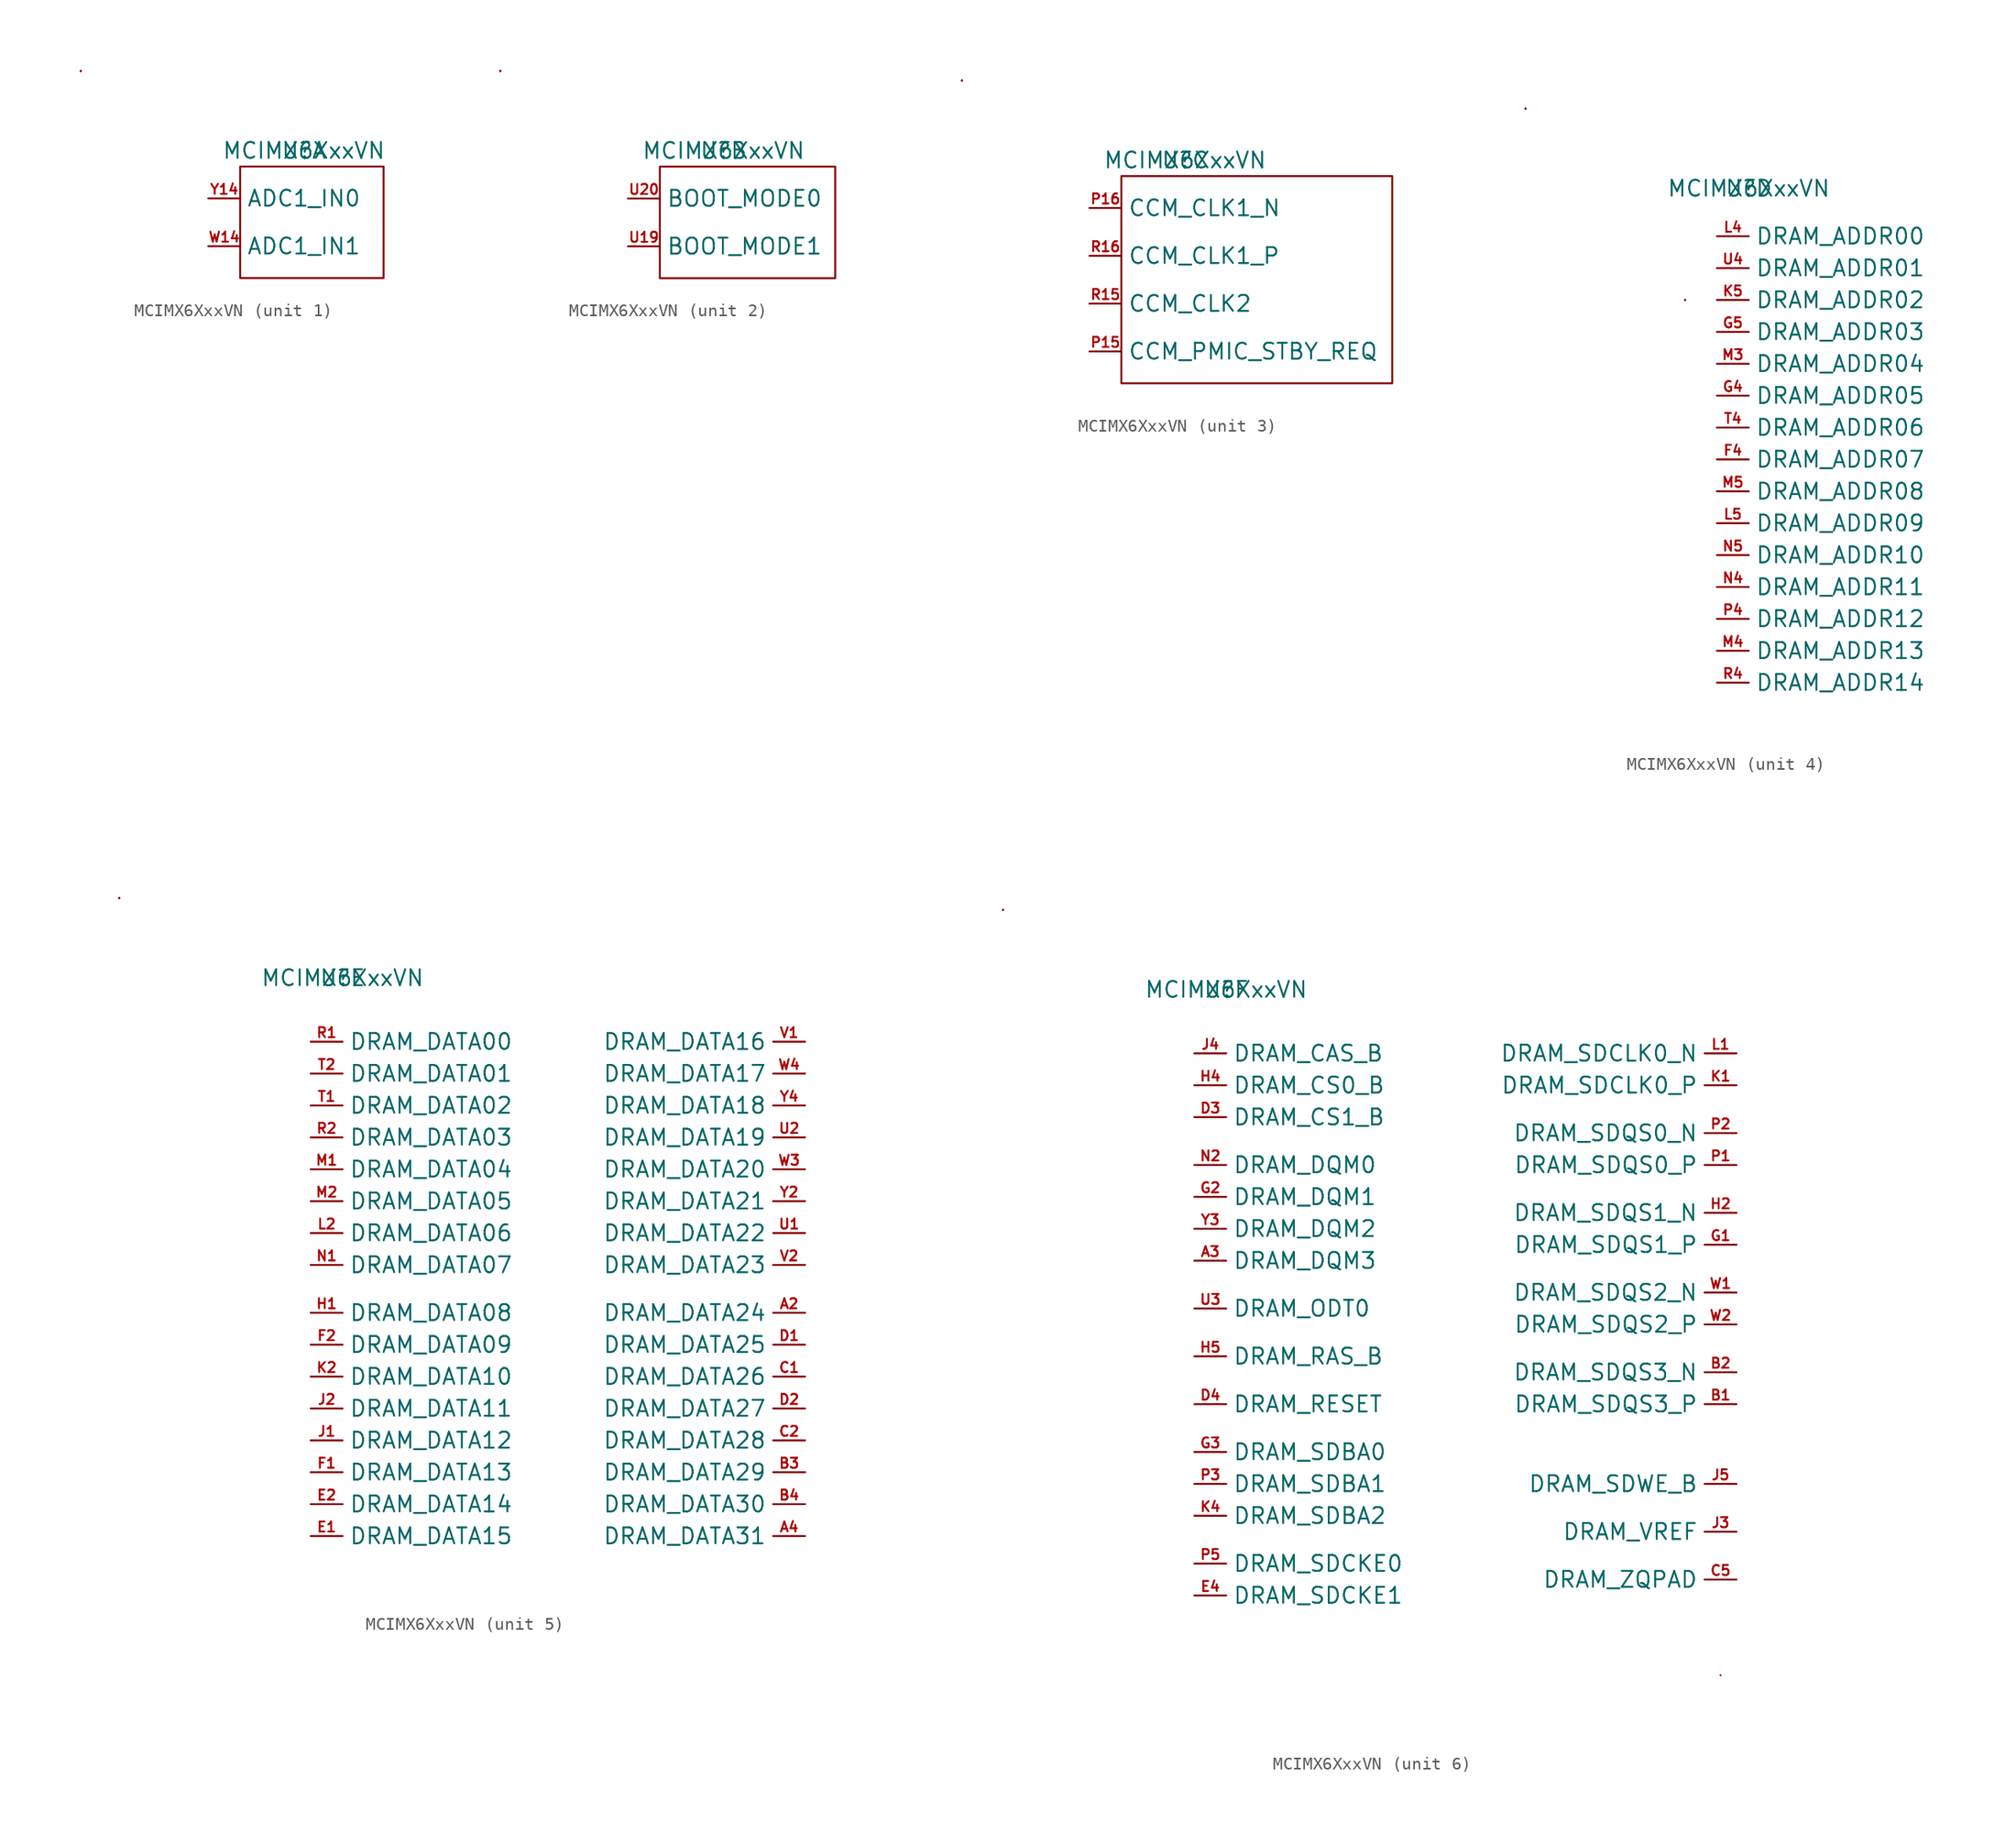
<source format=kicad_sym>
(kicad_symbol_lib
  (version 20211014)
  (generator kicad_symbol_editor)
  (symbol "MCIMX6XxxVN"
    (property "Reference" "U"
      (at 0 0 0)
      (effects (font (size 1.27 1.27))))
    (property "Value" "MCIMX6XxxVN"
      (at 0 0 0)
      (effects (font (size 1.27 1.27))))
    (property "ki_locked" ""
      (at 0 0 0)
      (effects (font (size 1.27 1.27))))
    (symbol "MCIMX6XxxVN_0_1"
      (rectangle (start -17.78 6.35) (end -17.78 6.35) (stroke (width 0) (type default) (color 0 0 0 0)) (fill (type none)))
      (arc (start -17.78 6.35) (mid -17.78 6.35) (end -17.78 6.35) (stroke (width 0) (type default) (color 0 0 0 0)) (fill (type none)))
      (polyline (pts (xy -17.78 6.35) (xy -17.78 6.35)) (stroke (width 0) (type default) (color 0 0 0 0)) (fill (type none)))
      (polyline (pts (xy -17.78 6.35) (xy -17.78 6.35)) (stroke (width 0) (type default) (color 0 0 0 0)) (fill (type none))))
    (symbol "MCIMX6XxxVN_1_1"
      (rectangle (start -5.08 -10.16) (end 6.35 -1.27) (stroke (width 0) (type default) (color 0 0 0 0)) (fill (type none)))
      (pin input line (at -7.62 -7.62 0) (length 2.54) (name "ADC1_IN1" (effects (font (size 1.27 1.27)))) (number "W14" (effects (font (size 0.8 0.8)))))
      (pin input line (at -7.62 -3.81 0) (length 2.54) (name "ADC1_IN0" (effects (font (size 1.27 1.27)))) (number "Y14" (effects (font (size 0.8 0.8))))))
    (symbol "MCIMX6XxxVN_2_1"
      (rectangle (start -5.08 -10.16) (end 8.89 -1.27) (stroke (width 0) (type default) (color 0 0 0 0)) (fill (type none)))
      (pin input line (at -7.62 -7.62 0) (length 2.54) (name "BOOT_MODE1" (effects (font (size 1.27 1.27)))) (number "U19" (effects (font (size 0.8 0.8)))))
      (pin input line (at -7.62 -3.81 0) (length 2.54) (name "BOOT_MODE0" (effects (font (size 1.27 1.27)))) (number "U20" (effects (font (size 0.8 0.8))))))
    (symbol "MCIMX6XxxVN_3_1"
      (rectangle (start -5.08 -17.78) (end 16.51 -1.27) (stroke (width 0) (type default) (color 0 0 0 0)) (fill (type none)))
      (pin input line (at -7.62 -15.24 0) (length 2.54) (name "CCM_PMIC_STBY_REQ" (effects (font (size 1.27 1.27)))) (number "P15" (effects (font (size 0.8 0.8)))))
      (pin input line (at -7.62 -3.81 0) (length 2.54) (name "CCM_CLK1_N" (effects (font (size 1.27 1.27)))) (number "P16" (effects (font (size 0.8 0.8)))))
      (pin input line (at -7.62 -11.43 0) (length 2.54) (name "CCM_CLK2" (effects (font (size 1.27 1.27)))) (number "R15" (effects (font (size 0.8 0.8)))))
      (pin input line (at -7.62 -7.62 0) (length 2.54) (name "CCM_CLK1_P" (effects (font (size 1.27 1.27)))) (number "R16" (effects (font (size 0.8 0.8))))))
    (symbol "MCIMX6XxxVN_4_1"
      (rectangle (start -5.08 -8.89) (end -5.08 -8.89) (stroke (width 0) (type default) (color 0 0 0 0)) (fill (type none)))
      (rectangle (start -5.08 -8.89) (end -5.08 -8.89) (stroke (width 0) (type default) (color 0 0 0 0)) (fill (type none)))
      (rectangle (start -5.08 -8.89) (end -5.08 -8.89) (stroke (width 0) (type default) (color 0 0 0 0)) (fill (type none)))
      (pin input line (at -2.54 -21.59 0) (length 2.54) (name "DRAM_ADDR07" (effects (font (size 1.27 1.27)))) (number "F4" (effects (font (size 0.8 0.8)))))
      (pin input line (at -2.54 -16.51 0) (length 2.54) (name "DRAM_ADDR05" (effects (font (size 1.27 1.27)))) (number "G4" (effects (font (size 0.8 0.8)))))
      (pin input line (at -2.54 -11.43 0) (length 2.54) (name "DRAM_ADDR03" (effects (font (size 1.27 1.27)))) (number "G5" (effects (font (size 0.8 0.8)))))
      (pin input line (at -2.54 -8.89 0) (length 2.54) (name "DRAM_ADDR02" (effects (font (size 1.27 1.27)))) (number "K5" (effects (font (size 0.8 0.8)))))
      (pin input line (at -2.54 -3.81 0) (length 2.54) (name "DRAM_ADDR00" (effects (font (size 1.27 1.27)))) (number "L4" (effects (font (size 0.8 0.8)))))
      (pin input line (at -2.54 -26.67 0) (length 2.54) (name "DRAM_ADDR09" (effects (font (size 1.27 1.27)))) (number "L5" (effects (font (size 0.8 0.8)))))
      (pin input line (at -2.54 -13.97 0) (length 2.54) (name "DRAM_ADDR04" (effects (font (size 1.27 1.27)))) (number "M3" (effects (font (size 0.8 0.8)))))
      (pin input line (at -2.54 -36.83 0) (length 2.54) (name "DRAM_ADDR13" (effects (font (size 1.27 1.27)))) (number "M4" (effects (font (size 0.8 0.8)))))
      (pin input line (at -2.54 -24.13 0) (length 2.54) (name "DRAM_ADDR08" (effects (font (size 1.27 1.27)))) (number "M5" (effects (font (size 0.8 0.8)))))
      (pin input line (at -2.54 -31.75 0) (length 2.54) (name "DRAM_ADDR11" (effects (font (size 1.27 1.27)))) (number "N4" (effects (font (size 0.8 0.8)))))
      (pin input line (at -2.54 -29.21 0) (length 2.54) (name "DRAM_ADDR10" (effects (font (size 1.27 1.27)))) (number "N5" (effects (font (size 0.8 0.8)))))
      (pin input line (at -2.54 -34.29 0) (length 2.54) (name "DRAM_ADDR12" (effects (font (size 1.27 1.27)))) (number "P4" (effects (font (size 0.8 0.8)))))
      (pin input line (at -2.54 -39.37 0) (length 2.54) (name "DRAM_ADDR14" (effects (font (size 1.27 1.27)))) (number "R4" (effects (font (size 0.8 0.8)))))
      (pin input line (at -2.54 -19.05 0) (length 2.54) (name "DRAM_ADDR06" (effects (font (size 1.27 1.27)))) (number "T4" (effects (font (size 0.8 0.8)))))
      (pin input line (at -2.54 -6.35 0) (length 2.54) (name "DRAM_ADDR01" (effects (font (size 1.27 1.27)))) (number "U4" (effects (font (size 0.8 0.8))))))
    (symbol "MCIMX6XxxVN_5_1"
      (pin input line (at 36.83 -26.67 180) (length 2.54) (name "DRAM_DATA24" (effects (font (size 1.27 1.27)))) (number "A2" (effects (font (size 0.8 0.8)))))
      (pin input line (at 36.83 -44.45 180) (length 2.54) (name "DRAM_DATA31" (effects (font (size 1.27 1.27)))) (number "A4" (effects (font (size 0.8 0.8)))))
      (pin input line (at 36.83 -39.37 180) (length 2.54) (name "DRAM_DATA29" (effects (font (size 1.27 1.27)))) (number "B3" (effects (font (size 0.8 0.8)))))
      (pin input line (at 36.83 -41.91 180) (length 2.54) (name "DRAM_DATA30" (effects (font (size 1.27 1.27)))) (number "B4" (effects (font (size 0.8 0.8)))))
      (pin input line (at 36.83 -31.75 180) (length 2.54) (name "DRAM_DATA26" (effects (font (size 1.27 1.27)))) (number "C1" (effects (font (size 0.8 0.8)))))
      (pin input line (at 36.83 -36.83 180) (length 2.54) (name "DRAM_DATA28" (effects (font (size 1.27 1.27)))) (number "C2" (effects (font (size 0.8 0.8)))))
      (pin input line (at 36.83 -29.21 180) (length 2.54) (name "DRAM_DATA25" (effects (font (size 1.27 1.27)))) (number "D1" (effects (font (size 0.8 0.8)))))
      (pin input line (at 36.83 -34.29 180) (length 2.54) (name "DRAM_DATA27" (effects (font (size 1.27 1.27)))) (number "D2" (effects (font (size 0.8 0.8)))))
      (pin input line (at -2.54 -44.45 0) (length 2.54) (name "DRAM_DATA15" (effects (font (size 1.27 1.27)))) (number "E1" (effects (font (size 0.8 0.8)))))
      (pin input line (at -2.54 -41.91 0) (length 2.54) (name "DRAM_DATA14" (effects (font (size 1.27 1.27)))) (number "E2" (effects (font (size 0.8 0.8)))))
      (pin input line (at -2.54 -39.37 0) (length 2.54) (name "DRAM_DATA13" (effects (font (size 1.27 1.27)))) (number "F1" (effects (font (size 0.8 0.8)))))
      (pin input line (at -2.54 -29.21 0) (length 2.54) (name "DRAM_DATA09" (effects (font (size 1.27 1.27)))) (number "F2" (effects (font (size 0.8 0.8)))))
      (pin input line (at -2.54 -26.67 0) (length 2.54) (name "DRAM_DATA08" (effects (font (size 1.27 1.27)))) (number "H1" (effects (font (size 0.8 0.8)))))
      (pin input line (at -2.54 -36.83 0) (length 2.54) (name "DRAM_DATA12" (effects (font (size 1.27 1.27)))) (number "J1" (effects (font (size 0.8 0.8)))))
      (pin input line (at -2.54 -34.29 0) (length 2.54) (name "DRAM_DATA11" (effects (font (size 1.27 1.27)))) (number "J2" (effects (font (size 0.8 0.8)))))
      (pin input line (at -2.54 -31.75 0) (length 2.54) (name "DRAM_DATA10" (effects (font (size 1.27 1.27)))) (number "K2" (effects (font (size 0.8 0.8)))))
      (pin input line (at -2.54 -20.32 0) (length 2.54) (name "DRAM_DATA06" (effects (font (size 1.27 1.27)))) (number "L2" (effects (font (size 0.8 0.8)))))
      (pin input line (at -2.54 -15.24 0) (length 2.54) (name "DRAM_DATA04" (effects (font (size 1.27 1.27)))) (number "M1" (effects (font (size 0.8 0.8)))))
      (pin input line (at -2.54 -17.78 0) (length 2.54) (name "DRAM_DATA05" (effects (font (size 1.27 1.27)))) (number "M2" (effects (font (size 0.8 0.8)))))
      (pin input line (at -2.54 -22.86 0) (length 2.54) (name "DRAM_DATA07" (effects (font (size 1.27 1.27)))) (number "N1" (effects (font (size 0.8 0.8)))))
      (pin input line (at -2.54 -5.08 0) (length 2.54) (name "DRAM_DATA00" (effects (font (size 1.27 1.27)))) (number "R1" (effects (font (size 0.8 0.8)))))
      (pin input line (at -2.54 -12.7 0) (length 2.54) (name "DRAM_DATA03" (effects (font (size 1.27 1.27)))) (number "R2" (effects (font (size 0.8 0.8)))))
      (pin input line (at -2.54 -10.16 0) (length 2.54) (name "DRAM_DATA02" (effects (font (size 1.27 1.27)))) (number "T1" (effects (font (size 0.8 0.8)))))
      (pin input line (at -2.54 -7.62 0) (length 2.54) (name "DRAM_DATA01" (effects (font (size 1.27 1.27)))) (number "T2" (effects (font (size 0.8 0.8)))))
      (pin input line (at 36.83 -20.32 180) (length 2.54) (name "DRAM_DATA22" (effects (font (size 1.27 1.27)))) (number "U1" (effects (font (size 0.8 0.8)))))
      (pin input line (at 36.83 -12.7 180) (length 2.54) (name "DRAM_DATA19" (effects (font (size 1.27 1.27)))) (number "U2" (effects (font (size 0.8 0.8)))))
      (pin input line (at 36.83 -5.08 180) (length 2.54) (name "DRAM_DATA16" (effects (font (size 1.27 1.27)))) (number "V1" (effects (font (size 0.8 0.8)))))
      (pin input line (at 36.83 -22.86 180) (length 2.54) (name "DRAM_DATA23" (effects (font (size 1.27 1.27)))) (number "V2" (effects (font (size 0.8 0.8)))))
      (pin input line (at 36.83 -15.24 180) (length 2.54) (name "DRAM_DATA20" (effects (font (size 1.27 1.27)))) (number "W3" (effects (font (size 0.8 0.8)))))
      (pin input line (at 36.83 -7.62 180) (length 2.54) (name "DRAM_DATA17" (effects (font (size 1.27 1.27)))) (number "W4" (effects (font (size 0.8 0.8)))))
      (pin input line (at 36.83 -17.78 180) (length 2.54) (name "DRAM_DATA21" (effects (font (size 1.27 1.27)))) (number "Y2" (effects (font (size 0.8 0.8)))))
      (pin input line (at 36.83 -10.16 180) (length 2.54) (name "DRAM_DATA18" (effects (font (size 1.27 1.27)))) (number "Y4" (effects (font (size 0.8 0.8))))))
    (symbol "MCIMX6XxxVN_6_1"
      (polyline (pts (xy 39.37 -54.61) (xy 39.37 -54.61)) (stroke (width 0) (type default) (color 0 0 0 0)) (fill (type none)))
      (pin input line (at -2.54 -21.59 0) (length 2.54) (name "DRAM_DQM3" (effects (font (size 1.27 1.27)))) (number "A3" (effects (font (size 0.8 0.8)))))
      (pin input line (at 40.64 -33.02 180) (length 2.54) (name "DRAM_SDQS3_P" (effects (font (size 1.27 1.27)))) (number "B1" (effects (font (size 0.8 0.8)))))
      (pin input line (at 40.64 -30.48 180) (length 2.54) (name "DRAM_SDQS3_N" (effects (font (size 1.27 1.27)))) (number "B2" (effects (font (size 0.8 0.8)))))
      (pin input line (at 40.64 -46.99 180) (length 2.54) (name "DRAM_ZQPAD" (effects (font (size 1.27 1.27)))) (number "C5" (effects (font (size 0.8 0.8)))))
      (pin input line (at -2.54 -10.16 0) (length 2.54) (name "DRAM_CS1_B" (effects (font (size 1.27 1.27)))) (number "D3" (effects (font (size 0.8 0.8)))))
      (pin input line (at -2.54 -33.02 0) (length 2.54) (name "DRAM_RESET" (effects (font (size 1.27 1.27)))) (number "D4" (effects (font (size 0.8 0.8)))))
      (pin input line (at -2.54 -48.26 0) (length 2.54) (name "DRAM_SDCKE1" (effects (font (size 1.27 1.27)))) (number "E4" (effects (font (size 0.8 0.8)))))
      (pin input line (at 40.64 -20.32 180) (length 2.54) (name "DRAM_SDQS1_P" (effects (font (size 1.27 1.27)))) (number "G1" (effects (font (size 0.8 0.8)))))
      (pin input line (at -2.54 -16.51 0) (length 2.54) (name "DRAM_DQM1" (effects (font (size 1.27 1.27)))) (number "G2" (effects (font (size 0.8 0.8)))))
      (pin input line (at -2.54 -36.83 0) (length 2.54) (name "DRAM_SDBA0" (effects (font (size 1.27 1.27)))) (number "G3" (effects (font (size 0.8 0.8)))))
      (pin input line (at 40.64 -17.78 180) (length 2.54) (name "DRAM_SDQS1_N" (effects (font (size 1.27 1.27)))) (number "H2" (effects (font (size 0.8 0.8)))))
      (pin input line (at -2.54 -7.62 0) (length 2.54) (name "DRAM_CS0_B" (effects (font (size 1.27 1.27)))) (number "H4" (effects (font (size 0.8 0.8)))))
      (pin input line (at -2.54 -29.21 0) (length 2.54) (name "DRAM_RAS_B" (effects (font (size 1.27 1.27)))) (number "H5" (effects (font (size 0.8 0.8)))))
      (pin input line (at 40.64 -43.18 180) (length 2.54) (name "DRAM_VREF" (effects (font (size 1.27 1.27)))) (number "J3" (effects (font (size 0.8 0.8)))))
      (pin input line (at -2.54 -5.08 0) (length 2.54) (name "DRAM_CAS_B" (effects (font (size 1.27 1.27)))) (number "J4" (effects (font (size 0.8 0.8)))))
      (pin input line (at 40.64 -39.37 180) (length 2.54) (name "DRAM_SDWE_B" (effects (font (size 1.27 1.27)))) (number "J5" (effects (font (size 0.8 0.8)))))
      (pin input line (at 40.64 -7.62 180) (length 2.54) (name "DRAM_SDCLK0_P" (effects (font (size 1.27 1.27)))) (number "K1" (effects (font (size 0.8 0.8)))))
      (pin input line (at -2.54 -41.91 0) (length 2.54) (name "DRAM_SDBA2" (effects (font (size 1.27 1.27)))) (number "K4" (effects (font (size 0.8 0.8)))))
      (pin input line (at 40.64 -5.08 180) (length 2.54) (name "DRAM_SDCLK0_N" (effects (font (size 1.27 1.27)))) (number "L1" (effects (font (size 0.8 0.8)))))
      (pin input line (at -2.54 -13.97 0) (length 2.54) (name "DRAM_DQM0" (effects (font (size 1.27 1.27)))) (number "N2" (effects (font (size 0.8 0.8)))))
      (pin input line (at 40.64 -13.97 180) (length 2.54) (name "DRAM_SDQS0_P" (effects (font (size 1.27 1.27)))) (number "P1" (effects (font (size 0.8 0.8)))))
      (pin input line (at 40.64 -11.43 180) (length 2.54) (name "DRAM_SDQS0_N" (effects (font (size 1.27 1.27)))) (number "P2" (effects (font (size 0.8 0.8)))))
      (pin input line (at -2.54 -39.37 0) (length 2.54) (name "DRAM_SDBA1" (effects (font (size 1.27 1.27)))) (number "P3" (effects (font (size 0.8 0.8)))))
      (pin input line (at -2.54 -45.72 0) (length 2.54) (name "DRAM_SDCKE0" (effects (font (size 1.27 1.27)))) (number "P5" (effects (font (size 0.8 0.8)))))
      (pin input line (at -2.54 -25.4 0) (length 2.54) (name "DRAM_ODT0" (effects (font (size 1.27 1.27)))) (number "U3" (effects (font (size 0.8 0.8)))))
      (pin input line (at 40.64 -24.13 180) (length 2.54) (name "DRAM_SDQS2_N" (effects (font (size 1.27 1.27)))) (number "W1" (effects (font (size 0.8 0.8)))))
      (pin input line (at 40.64 -26.67 180) (length 2.54) (name "DRAM_SDQS2_P" (effects (font (size 1.27 1.27)))) (number "W2" (effects (font (size 0.8 0.8)))))
      (pin input line (at -2.54 -19.05 0) (length 2.54) (name "DRAM_DQM2" (effects (font (size 1.27 1.27)))) (number "Y3" (effects (font (size 0.8 0.8))))))))
</source>
